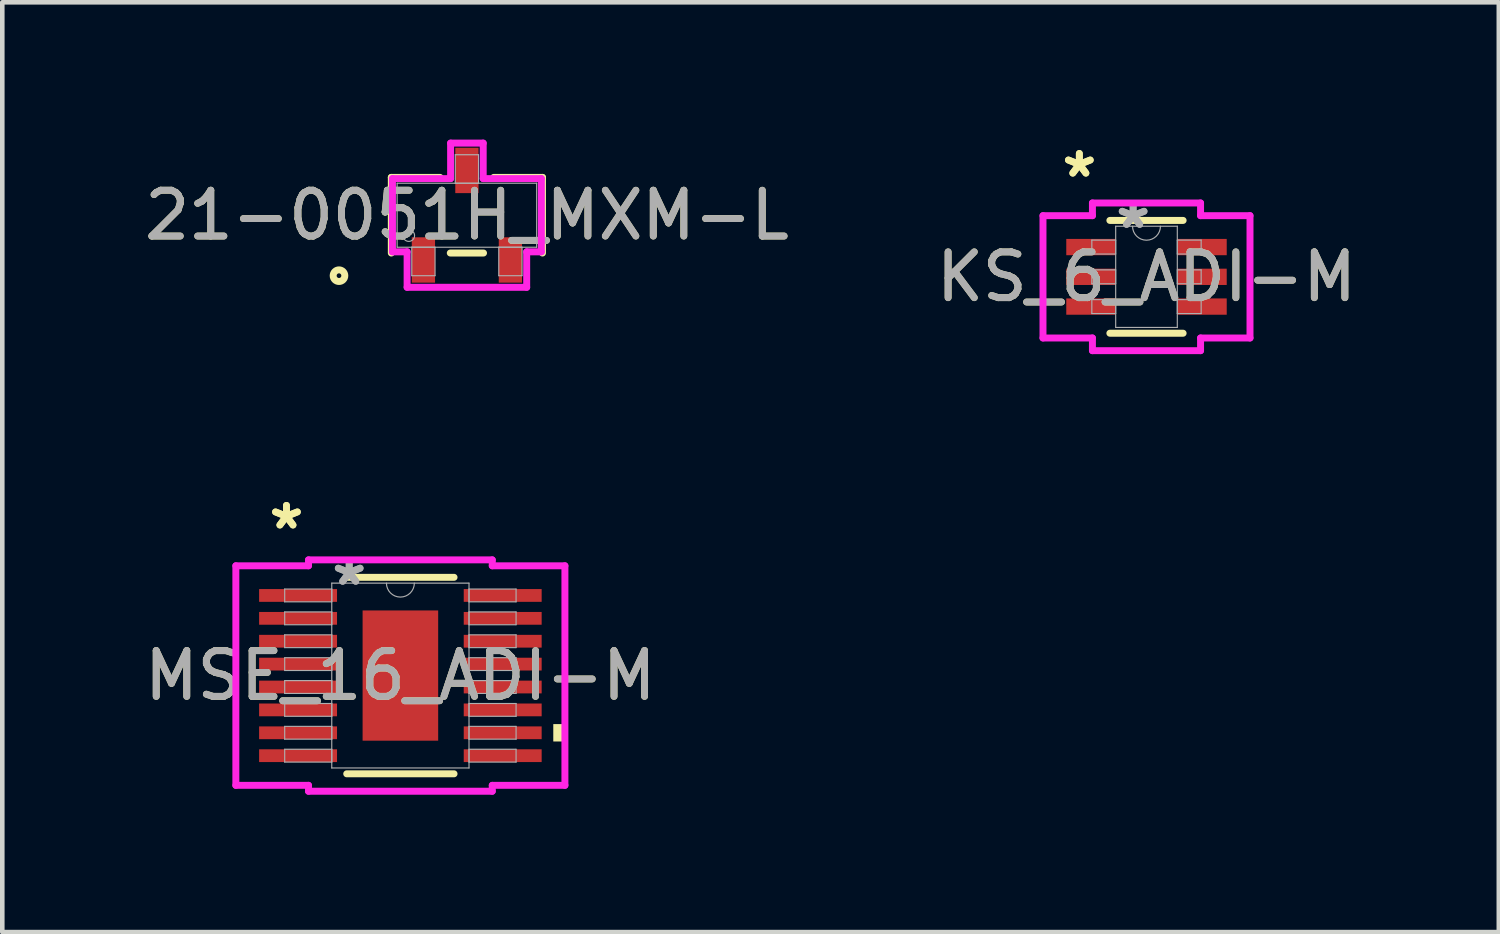
<source format=kicad_pcb>
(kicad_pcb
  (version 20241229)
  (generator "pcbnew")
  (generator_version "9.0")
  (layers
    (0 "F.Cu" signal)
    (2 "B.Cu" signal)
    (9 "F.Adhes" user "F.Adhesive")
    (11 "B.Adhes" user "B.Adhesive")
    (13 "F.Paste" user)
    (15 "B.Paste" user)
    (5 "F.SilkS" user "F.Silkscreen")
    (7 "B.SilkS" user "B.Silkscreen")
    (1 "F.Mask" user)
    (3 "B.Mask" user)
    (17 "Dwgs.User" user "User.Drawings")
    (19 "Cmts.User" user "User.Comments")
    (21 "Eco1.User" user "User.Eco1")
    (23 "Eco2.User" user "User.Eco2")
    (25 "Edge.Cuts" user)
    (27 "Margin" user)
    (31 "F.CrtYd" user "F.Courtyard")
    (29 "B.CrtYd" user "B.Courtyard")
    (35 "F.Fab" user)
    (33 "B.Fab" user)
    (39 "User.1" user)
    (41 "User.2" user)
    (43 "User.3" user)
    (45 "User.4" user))
  (footprint "MSE_16_ADI-M"
    (layer "F.Cu")
    (at 5.696 11.707)
    (property "Reference" "MSE_16_ADI-M" (at 0 0 0) (unlocked yes) (layer "F.SilkS") (effects (font (size 1 1) (thickness 0.15))))
    (attr smd)
    (fp_line (start -1.172 2.146) (end 1.172 2.146) (stroke (width 0.152) (type solid)) (layer "F.SilkS"))
    (fp_line (start 1.172 -2.146) (end -1.172 -2.146) (stroke (width 0.152) (type solid)) (layer "F.SilkS"))
    (fp_poly (pts (xy 3.594 1.06) (xy 3.594 1.44) (xy 3.34 1.44) (xy 3.34 1.06)) (stroke (width 0) (type solid)) (fill yes) (layer "F.SilkS"))
    (fp_poly (pts (xy -0.726 -1.322) (xy -0.726 -0.1) (xy 0.726 -0.1) (xy 0.726 -1.322)) (stroke (width 0) (type solid)) (fill yes) (layer "F.Paste"))
    (fp_poly (pts (xy -0.726 0.1) (xy -0.726 1.322) (xy 0.726 1.322) (xy 0.726 0.1)) (stroke (width 0) (type solid)) (fill yes) (layer "F.Paste"))
    (fp_line (start -3.594 -2.398) (end -2.007 -2.398) (stroke (width 0.152) (type solid)) (layer "F.CrtYd"))
    (fp_line (start -3.594 2.398) (end -3.594 -2.398) (stroke (width 0.152) (type solid)) (layer "F.CrtYd"))
    (fp_line (start -3.594 2.398) (end -2.007 2.398) (stroke (width 0.152) (type solid)) (layer "F.CrtYd"))
    (fp_line (start -2.007 -2.527) (end 2.007 -2.527) (stroke (width 0.152) (type solid)) (layer "F.CrtYd"))
    (fp_line (start -2.007 -2.398) (end -2.007 -2.527) (stroke (width 0.152) (type solid)) (layer "F.CrtYd"))
    (fp_line (start -2.007 2.527) (end -2.007 2.398) (stroke (width 0.152) (type solid)) (layer "F.CrtYd"))
    (fp_line (start 2.007 -2.527) (end 2.007 -2.398) (stroke (width 0.152) (type solid)) (layer "F.CrtYd"))
    (fp_line (start 2.007 2.398) (end 2.007 2.527) (stroke (width 0.152) (type solid)) (layer "F.CrtYd"))
    (fp_line (start 2.007 2.527) (end -2.007 2.527) (stroke (width 0.152) (type solid)) (layer "F.CrtYd"))
    (fp_line (start 3.594 -2.398) (end 2.007 -2.398) (stroke (width 0.152) (type solid)) (layer "F.CrtYd"))
    (fp_line (start 3.594 -2.398) (end 3.594 2.398) (stroke (width 0.152) (type solid)) (layer "F.CrtYd"))
    (fp_line (start 3.594 2.398) (end 2.007 2.398) (stroke (width 0.152) (type solid)) (layer "F.CrtYd"))
    (fp_line (start -2.527 -1.89) (end -2.527 -1.61) (stroke (width 0.025) (type solid)) (layer "F.Fab"))
    (fp_line (start -2.527 -1.61) (end -1.499 -1.61) (stroke (width 0.025) (type solid)) (layer "F.Fab"))
    (fp_line (start -2.527 -1.39) (end -2.527 -1.11) (stroke (width 0.025) (type solid)) (layer "F.Fab"))
    (fp_line (start -2.527 -1.11) (end -1.499 -1.11) (stroke (width 0.025) (type solid)) (layer "F.Fab"))
    (fp_line (start -2.527 -0.89) (end -2.527 -0.61) (stroke (width 0.025) (type solid)) (layer "F.Fab"))
    (fp_line (start -2.527 -0.61) (end -1.499 -0.61) (stroke (width 0.025) (type solid)) (layer "F.Fab"))
    (fp_line (start -2.527 -0.39) (end -2.527 -0.11) (stroke (width 0.025) (type solid)) (layer "F.Fab"))
    (fp_line (start -2.527 -0.11) (end -1.499 -0.11) (stroke (width 0.025) (type solid)) (layer "F.Fab"))
    (fp_line (start -2.527 0.11) (end -2.527 0.39) (stroke (width 0.025) (type solid)) (layer "F.Fab"))
    (fp_line (start -2.527 0.39) (end -1.499 0.39) (stroke (width 0.025) (type solid)) (layer "F.Fab"))
    (fp_line (start -2.527 0.61) (end -2.527 0.89) (stroke (width 0.025) (type solid)) (layer "F.Fab"))
    (fp_line (start -2.527 0.89) (end -1.499 0.89) (stroke (width 0.025) (type solid)) (layer "F.Fab"))
    (fp_line (start -2.527 1.11) (end -2.527 1.39) (stroke (width 0.025) (type solid)) (layer "F.Fab"))
    (fp_line (start -2.527 1.39) (end -1.499 1.39) (stroke (width 0.025) (type solid)) (layer "F.Fab"))
    (fp_line (start -2.527 1.61) (end -2.527 1.89) (stroke (width 0.025) (type solid)) (layer "F.Fab"))
    (fp_line (start -2.527 1.89) (end -1.499 1.89) (stroke (width 0.025) (type solid)) (layer "F.Fab"))
    (fp_line (start -1.499 -2.019) (end -1.499 2.019) (stroke (width 0.025) (type solid)) (layer "F.Fab"))
    (fp_line (start -1.499 -1.89) (end -2.527 -1.89) (stroke (width 0.025) (type solid)) (layer "F.Fab"))
    (fp_line (start -1.499 -1.61) (end -1.499 -1.89) (stroke (width 0.025) (type solid)) (layer "F.Fab"))
    (fp_line (start -1.499 -1.39) (end -2.527 -1.39) (stroke (width 0.025) (type solid)) (layer "F.Fab"))
    (fp_line (start -1.499 -1.11) (end -1.499 -1.39) (stroke (width 0.025) (type solid)) (layer "F.Fab"))
    (fp_line (start -1.499 -0.89) (end -2.527 -0.89) (stroke (width 0.025) (type solid)) (layer "F.Fab"))
    (fp_line (start -1.499 -0.61) (end -1.499 -0.89) (stroke (width 0.025) (type solid)) (layer "F.Fab"))
    (fp_line (start -1.499 -0.39) (end -2.527 -0.39) (stroke (width 0.025) (type solid)) (layer "F.Fab"))
    (fp_line (start -1.499 -0.11) (end -1.499 -0.39) (stroke (width 0.025) (type solid)) (layer "F.Fab"))
    (fp_line (start -1.499 0.11) (end -2.527 0.11) (stroke (width 0.025) (type solid)) (layer "F.Fab"))
    (fp_line (start -1.499 0.39) (end -1.499 0.11) (stroke (width 0.025) (type solid)) (layer "F.Fab"))
    (fp_line (start -1.499 0.61) (end -2.527 0.61) (stroke (width 0.025) (type solid)) (layer "F.Fab"))
    (fp_line (start -1.499 0.89) (end -1.499 0.61) (stroke (width 0.025) (type solid)) (layer "F.Fab"))
    (fp_line (start -1.499 1.11) (end -2.527 1.11) (stroke (width 0.025) (type solid)) (layer "F.Fab"))
    (fp_line (start -1.499 1.39) (end -1.499 1.11) (stroke (width 0.025) (type solid)) (layer "F.Fab"))
    (fp_line (start -1.499 1.61) (end -2.527 1.61) (stroke (width 0.025) (type solid)) (layer "F.Fab"))
    (fp_line (start -1.499 1.89) (end -1.499 1.61) (stroke (width 0.025) (type solid)) (layer "F.Fab"))
    (fp_line (start -1.499 2.019) (end 1.499 2.019) (stroke (width 0.025) (type solid)) (layer "F.Fab"))
    (fp_line (start 1.499 -2.019) (end -1.499 -2.019) (stroke (width 0.025) (type solid)) (layer "F.Fab"))
    (fp_line (start 1.499 -1.89) (end 1.499 -1.61) (stroke (width 0.025) (type solid)) (layer "F.Fab"))
    (fp_line (start 1.499 -1.61) (end 2.527 -1.61) (stroke (width 0.025) (type solid)) (layer "F.Fab"))
    (fp_line (start 1.499 -1.39) (end 1.499 -1.11) (stroke (width 0.025) (type solid)) (layer "F.Fab"))
    (fp_line (start 1.499 -1.11) (end 2.527 -1.11) (stroke (width 0.025) (type solid)) (layer "F.Fab"))
    (fp_line (start 1.499 -0.89) (end 1.499 -0.61) (stroke (width 0.025) (type solid)) (layer "F.Fab"))
    (fp_line (start 1.499 -0.61) (end 2.527 -0.61) (stroke (width 0.025) (type solid)) (layer "F.Fab"))
    (fp_line (start 1.499 -0.39) (end 1.499 -0.11) (stroke (width 0.025) (type solid)) (layer "F.Fab"))
    (fp_line (start 1.499 -0.11) (end 2.527 -0.11) (stroke (width 0.025) (type solid)) (layer "F.Fab"))
    (fp_line (start 1.499 0.11) (end 1.499 0.39) (stroke (width 0.025) (type solid)) (layer "F.Fab"))
    (fp_line (start 1.499 0.39) (end 2.527 0.39) (stroke (width 0.025) (type solid)) (layer "F.Fab"))
    (fp_line (start 1.499 0.61) (end 1.499 0.89) (stroke (width 0.025) (type solid)) (layer "F.Fab"))
    (fp_line (start 1.499 0.89) (end 2.527 0.89) (stroke (width 0.025) (type solid)) (layer "F.Fab"))
    (fp_line (start 1.499 1.11) (end 1.499 1.39) (stroke (width 0.025) (type solid)) (layer "F.Fab"))
    (fp_line (start 1.499 1.39) (end 2.527 1.39) (stroke (width 0.025) (type solid)) (layer "F.Fab"))
    (fp_line (start 1.499 1.61) (end 1.499 1.89) (stroke (width 0.025) (type solid)) (layer "F.Fab"))
    (fp_line (start 1.499 1.89) (end 2.527 1.89) (stroke (width 0.025) (type solid)) (layer "F.Fab"))
    (fp_line (start 1.499 2.019) (end 1.499 -2.019) (stroke (width 0.025) (type solid)) (layer "F.Fab"))
    (fp_line (start 2.527 -1.89) (end 1.499 -1.89) (stroke (width 0.025) (type solid)) (layer "F.Fab"))
    (fp_line (start 2.527 -1.61) (end 2.527 -1.89) (stroke (width 0.025) (type solid)) (layer "F.Fab"))
    (fp_line (start 2.527 -1.39) (end 1.499 -1.39) (stroke (width 0.025) (type solid)) (layer "F.Fab"))
    (fp_line (start 2.527 -1.11) (end 2.527 -1.39) (stroke (width 0.025) (type solid)) (layer "F.Fab"))
    (fp_line (start 2.527 -0.89) (end 1.499 -0.89) (stroke (width 0.025) (type solid)) (layer "F.Fab"))
    (fp_line (start 2.527 -0.61) (end 2.527 -0.89) (stroke (width 0.025) (type solid)) (layer "F.Fab"))
    (fp_line (start 2.527 -0.39) (end 1.499 -0.39) (stroke (width 0.025) (type solid)) (layer "F.Fab"))
    (fp_line (start 2.527 -0.11) (end 2.527 -0.39) (stroke (width 0.025) (type solid)) (layer "F.Fab"))
    (fp_line (start 2.527 0.11) (end 1.499 0.11) (stroke (width 0.025) (type solid)) (layer "F.Fab"))
    (fp_line (start 2.527 0.39) (end 2.527 0.11) (stroke (width 0.025) (type solid)) (layer "F.Fab"))
    (fp_line (start 2.527 0.61) (end 1.499 0.61) (stroke (width 0.025) (type solid)) (layer "F.Fab"))
    (fp_line (start 2.527 0.89) (end 2.527 0.61) (stroke (width 0.025) (type solid)) (layer "F.Fab"))
    (fp_line (start 2.527 1.11) (end 1.499 1.11) (stroke (width 0.025) (type solid)) (layer "F.Fab"))
    (fp_line (start 2.527 1.39) (end 2.527 1.11) (stroke (width 0.025) (type solid)) (layer "F.Fab"))
    (fp_line (start 2.527 1.61) (end 1.499 1.61) (stroke (width 0.025) (type solid)) (layer "F.Fab"))
    (fp_line (start 2.527 1.89) (end 2.527 1.61) (stroke (width 0.025) (type solid)) (layer "F.Fab"))
    (fp_arc (start 0.3048 -2.0193) (mid 0 -1.7145) (end -0.3048 -2.0193) (stroke (width 0.0254) (type solid)) (layer "F.Fab"))
    (fp_text user "*" (at -2.489 -3.172 0) (unlocked yes) (layer "F.SilkS") (effects (font (size 1 1) (thickness 0.15))))
    (fp_text user "*" (at -2.489 -3.172 0) (layer "F.SilkS") (effects (font (size 1 1) (thickness 0.15))))
    (fp_text user "${REFERENCE}" (at 0 0 0) (unlocked yes) (layer "F.Fab") (effects (font (size 1 1) (thickness 0.15))))
    (fp_text user "*" (at -1.118 -1.943 0) (unlocked yes) (layer "F.Fab") (effects (font (size 1 1) (thickness 0.15))))
    (fp_text user "*" (at -1.118 -1.943 0) (layer "F.Fab") (effects (font (size 1 1) (thickness 0.15))))
    (pad "1" smd rect (at -2.235 -1.75) (size 1.702 0.279) (layers "F.Cu" "F.Mask" "F.Paste"))
    (pad "2" smd rect (at -2.235 -1.25) (size 1.702 0.279) (layers "F.Cu" "F.Mask" "F.Paste"))
    (pad "3" smd rect (at -2.235 -0.75) (size 1.702 0.279) (layers "F.Cu" "F.Mask" "F.Paste"))
    (pad "4" smd rect (at -2.235 -0.25) (size 1.702 0.279) (layers "F.Cu" "F.Mask" "F.Paste"))
    (pad "5" smd rect (at -2.235 0.25) (size 1.702 0.279) (layers "F.Cu" "F.Mask" "F.Paste"))
    (pad "6" smd rect (at -2.235 0.75) (size 1.702 0.279) (layers "F.Cu" "F.Mask" "F.Paste"))
    (pad "7" smd rect (at -2.235 1.25) (size 1.702 0.279) (layers "F.Cu" "F.Mask" "F.Paste"))
    (pad "8" smd rect (at -2.235 1.75) (size 1.702 0.279) (layers "F.Cu" "F.Mask" "F.Paste"))
    (pad "9" smd rect (at 2.235 1.75) (size 1.702 0.279) (layers "F.Cu" "F.Mask" "F.Paste"))
    (pad "10" smd rect (at 2.235 1.25) (size 1.702 0.279) (layers "F.Cu" "F.Mask" "F.Paste"))
    (pad "11" smd rect (at 2.235 0.75) (size 1.702 0.279) (layers "F.Cu" "F.Mask" "F.Paste"))
    (pad "12" smd rect (at 2.235 0.25) (size 1.702 0.279) (layers "F.Cu" "F.Mask" "F.Paste"))
    (pad "13" smd rect (at 2.235 -0.25) (size 1.702 0.279) (layers "F.Cu" "F.Mask" "F.Paste"))
    (pad "14" smd rect (at 2.235 -0.75) (size 1.702 0.279) (layers "F.Cu" "F.Mask" "F.Paste"))
    (pad "15" smd rect (at 2.235 -1.25) (size 1.702 0.279) (layers "F.Cu" "F.Mask" "F.Paste"))
    (pad "16" smd rect (at 2.235 -1.75) (size 1.702 0.279) (layers "F.Cu" "F.Mask" "F.Paste"))
    (pad "EPAD" smd rect (at 0 0) (size 1.651 2.845) (layers "F.Cu" "F.Mask")))
  (footprint "KS_6_ADI-M"
    (layer "F.Cu")
    (at 21.994 2.997)
    (property "Reference" "KS_6_ADI-M" (at 0 0 0) (unlocked yes) (layer "F.SilkS") (effects (font (size 1 1) (thickness 0.15))))
    (attr smd)
    (fp_line (start -0.8 1.232) (end 0.8 1.232) (stroke (width 0.152) (type solid)) (layer "F.SilkS"))
    (fp_line (start 0.8 -1.232) (end -0.8 -1.232) (stroke (width 0.152) (type solid)) (layer "F.SilkS"))
    (fp_line (start -2.261 -1.336) (end -1.181 -1.336) (stroke (width 0.152) (type solid)) (layer "F.CrtYd"))
    (fp_line (start -2.261 1.336) (end -2.261 -1.336) (stroke (width 0.152) (type solid)) (layer "F.CrtYd"))
    (fp_line (start -2.261 1.336) (end -1.181 1.336) (stroke (width 0.152) (type solid)) (layer "F.CrtYd"))
    (fp_line (start -1.181 -1.613) (end 1.181 -1.613) (stroke (width 0.152) (type solid)) (layer "F.CrtYd"))
    (fp_line (start -1.181 -1.336) (end -1.181 -1.613) (stroke (width 0.152) (type solid)) (layer "F.CrtYd"))
    (fp_line (start -1.181 1.613) (end -1.181 1.336) (stroke (width 0.152) (type solid)) (layer "F.CrtYd"))
    (fp_line (start 1.181 -1.613) (end 1.181 -1.336) (stroke (width 0.152) (type solid)) (layer "F.CrtYd"))
    (fp_line (start 1.181 1.336) (end 1.181 1.613) (stroke (width 0.152) (type solid)) (layer "F.CrtYd"))
    (fp_line (start 1.181 1.613) (end -1.181 1.613) (stroke (width 0.152) (type solid)) (layer "F.CrtYd"))
    (fp_line (start 2.261 -1.336) (end 1.181 -1.336) (stroke (width 0.152) (type solid)) (layer "F.CrtYd"))
    (fp_line (start 2.261 -1.336) (end 2.261 1.336) (stroke (width 0.152) (type solid)) (layer "F.CrtYd"))
    (fp_line (start 2.261 1.336) (end 1.181 1.336) (stroke (width 0.152) (type solid)) (layer "F.CrtYd"))
    (fp_line (start -1.194 -0.802) (end -1.194 -0.498) (stroke (width 0.025) (type solid)) (layer "F.Fab"))
    (fp_line (start -1.194 -0.498) (end -0.673 -0.498) (stroke (width 0.025) (type solid)) (layer "F.Fab"))
    (fp_line (start -1.194 -0.152) (end -1.194 0.152) (stroke (width 0.025) (type solid)) (layer "F.Fab"))
    (fp_line (start -1.194 0.152) (end -0.673 0.152) (stroke (width 0.025) (type solid)) (layer "F.Fab"))
    (fp_line (start -1.194 0.498) (end -1.194 0.802) (stroke (width 0.025) (type solid)) (layer "F.Fab"))
    (fp_line (start -1.194 0.802) (end -0.673 0.802) (stroke (width 0.025) (type solid)) (layer "F.Fab"))
    (fp_line (start -0.673 -1.105) (end -0.673 1.105) (stroke (width 0.025) (type solid)) (layer "F.Fab"))
    (fp_line (start -0.673 -0.802) (end -1.194 -0.802) (stroke (width 0.025) (type solid)) (layer "F.Fab"))
    (fp_line (start -0.673 -0.498) (end -0.673 -0.802) (stroke (width 0.025) (type solid)) (layer "F.Fab"))
    (fp_line (start -0.673 -0.152) (end -1.194 -0.152) (stroke (width 0.025) (type solid)) (layer "F.Fab"))
    (fp_line (start -0.673 0.152) (end -0.673 -0.152) (stroke (width 0.025) (type solid)) (layer "F.Fab"))
    (fp_line (start -0.673 0.498) (end -1.194 0.498) (stroke (width 0.025) (type solid)) (layer "F.Fab"))
    (fp_line (start -0.673 0.802) (end -0.673 0.498) (stroke (width 0.025) (type solid)) (layer "F.Fab"))
    (fp_line (start -0.673 1.105) (end 0.673 1.105) (stroke (width 0.025) (type solid)) (layer "F.Fab"))
    (fp_line (start 0.673 -1.105) (end -0.673 -1.105) (stroke (width 0.025) (type solid)) (layer "F.Fab"))
    (fp_line (start 0.673 -0.802) (end 0.673 -0.498) (stroke (width 0.025) (type solid)) (layer "F.Fab"))
    (fp_line (start 0.673 -0.498) (end 1.194 -0.498) (stroke (width 0.025) (type solid)) (layer "F.Fab"))
    (fp_line (start 0.673 -0.152) (end 0.673 0.152) (stroke (width 0.025) (type solid)) (layer "F.Fab"))
    (fp_line (start 0.673 0.152) (end 1.194 0.152) (stroke (width 0.025) (type solid)) (layer "F.Fab"))
    (fp_line (start 0.673 0.498) (end 0.673 0.802) (stroke (width 0.025) (type solid)) (layer "F.Fab"))
    (fp_line (start 0.673 0.802) (end 1.194 0.802) (stroke (width 0.025) (type solid)) (layer "F.Fab"))
    (fp_line (start 0.673 1.105) (end 0.673 -1.105) (stroke (width 0.025) (type solid)) (layer "F.Fab"))
    (fp_line (start 1.194 -0.802) (end 0.673 -0.802) (stroke (width 0.025) (type solid)) (layer "F.Fab"))
    (fp_line (start 1.194 -0.498) (end 1.194 -0.802) (stroke (width 0.025) (type solid)) (layer "F.Fab"))
    (fp_line (start 1.194 -0.152) (end 0.673 -0.152) (stroke (width 0.025) (type solid)) (layer "F.Fab"))
    (fp_line (start 1.194 0.152) (end 1.194 -0.152) (stroke (width 0.025) (type solid)) (layer "F.Fab"))
    (fp_line (start 1.194 0.498) (end 0.673 0.498) (stroke (width 0.025) (type solid)) (layer "F.Fab"))
    (fp_line (start 1.194 0.802) (end 1.194 0.498) (stroke (width 0.025) (type solid)) (layer "F.Fab"))
    (fp_arc (start 0.3048 -1.1049) (mid 0 -0.8001) (end -0.3048 -1.1049) (stroke (width 0.0254) (type solid)) (layer "F.Fab"))
    (fp_text user "*" (at -1.467 -2.149 0) (unlocked yes) (layer "F.SilkS") (effects (font (size 1 1) (thickness 0.15))))
    (fp_text user "*" (at -1.467 -2.149 0) (layer "F.SilkS") (effects (font (size 1 1) (thickness 0.15))))
    (fp_text user "*" (at -0.292 -1.029 0) (layer "F.Fab") (effects (font (size 1 1) (thickness 0.15))))
    (fp_text user "${REFERENCE}" (at 0 0 0) (unlocked yes) (layer "F.Fab") (effects (font (size 1 1) (thickness 0.15))))
    (fp_text user "*" (at -0.292 -1.029 0) (unlocked yes) (layer "F.Fab") (effects (font (size 1 1) (thickness 0.15))))
    (pad "1" smd rect (at -1.213 -0.65) (size 1.079 0.356) (layers "F.Cu" "F.Mask" "F.Paste"))
    (pad "2" smd rect (at -1.213 0) (size 1.079 0.356) (layers "F.Cu" "F.Mask" "F.Paste"))
    (pad "3" smd rect (at -1.213 0.65) (size 1.079 0.356) (layers "F.Cu" "F.Mask" "F.Paste"))
    (pad "4" smd rect (at 1.213 0.65) (size 1.079 0.356) (layers "F.Cu" "F.Mask" "F.Paste"))
    (pad "5" smd rect (at 1.213 0) (size 1.079 0.356) (layers "F.Cu" "F.Mask" "F.Paste"))
    (pad "6" smd rect (at 1.213 -0.65) (size 1.079 0.356) (layers "F.Cu" "F.Mask" "F.Paste")))
  (footprint "21-0051H_MXM-L"
    (layer "F.Cu")
    (at 7.149 1.651)
    (property "Reference" "21-0051H_MXM-L" (at 0 0 0) (unlocked yes) (layer "F.SilkS") (effects (font (size 1 1) (thickness 0.15))))
    (attr smd)
    (fp_line (start -1.651 -0.826) (end -1.651 0.826) (stroke (width 0.152) (type solid)) (layer "F.SilkS"))
    (fp_line (start -0.587 -0.826) (end -1.651 -0.826) (stroke (width 0.152) (type solid)) (layer "F.SilkS"))
    (fp_line (start -0.363 0.826) (end 0.363 0.826) (stroke (width 0.152) (type solid)) (layer "F.SilkS"))
    (fp_line (start 1.651 -0.826) (end 0.587 -0.826) (stroke (width 0.152) (type solid)) (layer "F.SilkS"))
    (fp_line (start 1.651 0.826) (end 1.651 -0.826) (stroke (width 0.152) (type solid)) (layer "F.SilkS"))
    (fp_circle (center -2.794 1.321) (end -2.667 1.321) (stroke (width 0.152) (type solid)) (fill no) (layer "F.SilkS"))
    (fp_line (start -1.626 -0.8) (end -0.356 -0.8) (stroke (width 0.152) (type solid)) (layer "F.CrtYd"))
    (fp_line (start -1.626 0.8) (end -1.626 -0.8) (stroke (width 0.152) (type solid)) (layer "F.CrtYd"))
    (fp_line (start -1.626 0.8) (end -1.306 0.8) (stroke (width 0.152) (type solid)) (layer "F.CrtYd"))
    (fp_line (start -1.306 0.8) (end -1.306 1.575) (stroke (width 0.152) (type solid)) (layer "F.CrtYd"))
    (fp_line (start -1.306 1.575) (end 1.306 1.575) (stroke (width 0.152) (type solid)) (layer "F.CrtYd"))
    (fp_line (start -0.356 -1.575) (end 0.356 -1.575) (stroke (width 0.152) (type solid)) (layer "F.CrtYd"))
    (fp_line (start -0.356 -0.8) (end -0.356 -1.575) (stroke (width 0.152) (type solid)) (layer "F.CrtYd"))
    (fp_line (start 0.356 -0.8) (end 0.356 -1.575) (stroke (width 0.152) (type solid)) (layer "F.CrtYd"))
    (fp_line (start 1.306 0.8) (end 1.306 1.575) (stroke (width 0.152) (type solid)) (layer "F.CrtYd"))
    (fp_line (start 1.626 -0.8) (end 0.356 -0.8) (stroke (width 0.152) (type solid)) (layer "F.CrtYd"))
    (fp_line (start 1.626 -0.8) (end 1.626 0.8) (stroke (width 0.152) (type solid)) (layer "F.CrtYd"))
    (fp_line (start 1.626 0.8) (end 1.306 0.8) (stroke (width 0.152) (type solid)) (layer "F.CrtYd"))
    (fp_line (start -1.524 -0.699) (end -1.524 0.699) (stroke (width 0.025) (type solid)) (layer "F.Fab"))
    (fp_line (start -1.524 0.699) (end 1.524 0.699) (stroke (width 0.025) (type solid)) (layer "F.Fab"))
    (fp_line (start -1.204 0.699) (end -1.204 1.321) (stroke (width 0.025) (type solid)) (layer "F.Fab"))
    (fp_line (start -1.204 1.321) (end -0.696 1.321) (stroke (width 0.025) (type solid)) (layer "F.Fab"))
    (fp_line (start -0.696 0.699) (end -1.204 0.699) (stroke (width 0.025) (type solid)) (layer "F.Fab"))
    (fp_line (start -0.696 1.321) (end -0.696 0.699) (stroke (width 0.025) (type solid)) (layer "F.Fab"))
    (fp_line (start -0.254 -1.321) (end -0.254 -0.699) (stroke (width 0.025) (type solid)) (layer "F.Fab"))
    (fp_line (start -0.254 -0.699) (end 0.254 -0.699) (stroke (width 0.025) (type solid)) (layer "F.Fab"))
    (fp_line (start 0.254 -1.321) (end -0.254 -1.321) (stroke (width 0.025) (type solid)) (layer "F.Fab"))
    (fp_line (start 0.254 -0.699) (end 0.254 -1.321) (stroke (width 0.025) (type solid)) (layer "F.Fab"))
    (fp_line (start 0.696 0.699) (end 0.696 1.321) (stroke (width 0.025) (type solid)) (layer "F.Fab"))
    (fp_line (start 0.696 1.321) (end 1.204 1.321) (stroke (width 0.025) (type solid)) (layer "F.Fab"))
    (fp_line (start 1.204 0.699) (end 0.696 0.699) (stroke (width 0.025) (type solid)) (layer "F.Fab"))
    (fp_line (start 1.204 1.321) (end 1.204 0.699) (stroke (width 0.025) (type solid)) (layer "F.Fab"))
    (fp_line (start 1.524 -0.699) (end -1.524 -0.699) (stroke (width 0.025) (type solid)) (layer "F.Fab"))
    (fp_line (start 1.524 0.699) (end 1.524 -0.699) (stroke (width 0.025) (type solid)) (layer "F.Fab"))
    (fp_circle (center -1.27 0.445) (end -1.143 0.445) (stroke (width 0.025) (type solid)) (fill no) (layer "F.Fab"))
    (fp_text user "${REFERENCE}" (at 0 0 0) (unlocked yes) (layer "F.Fab") (effects (font (size 1 1) (thickness 0.15))))
    (pad "1" smd rect (at -0.95 0.978) (size 0.508 0.991) (layers "F.Cu" "F.Mask" "F.Paste"))
    (pad "2" smd rect (at 0.95 0.978) (size 0.508 0.991) (layers "F.Cu" "F.Mask" "F.Paste"))
    (pad "3" smd rect (at 0 -0.978) (size 0.508 0.991) (layers "F.Cu" "F.Mask" "F.Paste")))
  (gr_rect
    (start -3 -3)
    (end 29.69 17.31)
    (stroke (width 0.1) (type default))
    (fill no)
    (layer "Edge.Cuts")))
</source>
